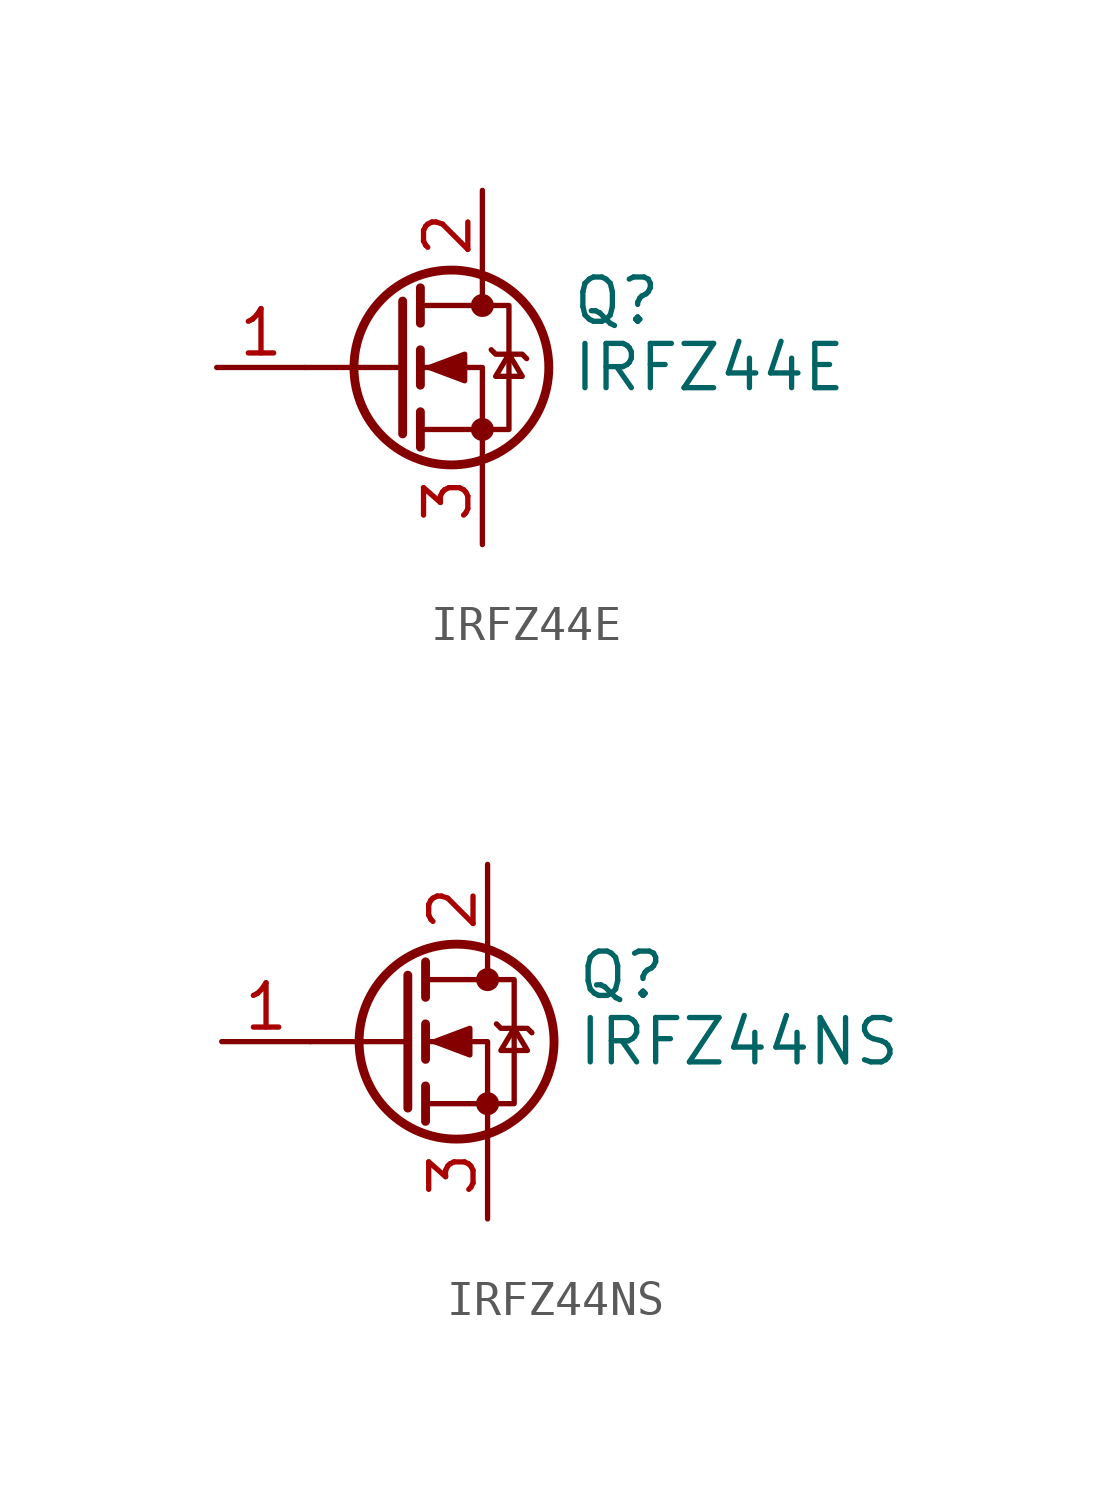
<source format=kicad_sym>
(kicad_symbol_lib
  (version 20231120)
  (generator "kicad_symbol_editor")
  (generator_version "8.0")
  (symbol "IRFZ44E"
    (pin_names hide)
    (property "Reference" "Q"
      (at 5.08 1.905 0)
      (effects (font (size 1.27 1.27)) (justify left)))
    (property "Value" "IRFZ44E"
      (at 5.08 0 0)
      (effects (font (size 1.27 1.27)) (justify left)))
    (symbol "IRFZ44E_0_1"
      (polyline (pts (xy 0.254 0) (xy -2.54 0)) (stroke (width 0) (type default)) (fill (type none)))
      (polyline (pts (xy 0.254 1.905) (xy 0.254 -1.905)) (stroke (width 0.254) (type default)) (fill (type none)))
      (polyline (pts (xy 0.762 -1.27) (xy 0.762 -2.286)) (stroke (width 0.254) (type default)) (fill (type none)))
      (polyline (pts (xy 0.762 0.508) (xy 0.762 -0.508)) (stroke (width 0.254) (type default)) (fill (type none)))
      (polyline (pts (xy 0.762 2.286) (xy 0.762 1.27)) (stroke (width 0.254) (type default)) (fill (type none)))
      (polyline (pts (xy 2.54 2.54) (xy 2.54 1.778)) (stroke (width 0) (type default)) (fill (type none)))
      (polyline (pts (xy 2.54 -2.54) (xy 2.54 0) (xy 0.762 0)) (stroke (width 0) (type default)) (fill (type none)))
      (polyline (pts (xy 0.762 -1.778) (xy 3.302 -1.778) (xy 3.302 1.778) (xy 0.762 1.778)) (stroke (width 0) (type default)) (fill (type none)))
      (polyline (pts (xy 1.016 0) (xy 2.032 0.381) (xy 2.032 -0.381) (xy 1.016 0)) (stroke (width 0) (type default)) (fill (type outline)))
      (polyline (pts (xy 2.794 0.508) (xy 2.921 0.381) (xy 3.683 0.381) (xy 3.81 0.254)) (stroke (width 0) (type default)) (fill (type none)))
      (polyline (pts (xy 3.302 0.381) (xy 2.921 -0.254) (xy 3.683 -0.254) (xy 3.302 0.381)) (stroke (width 0) (type default)) (fill (type none)))
      (circle (center 1.651 0) (radius 2.794) (stroke (width 0.254) (type default)) (fill (type none)))
      (circle (center 2.54 -1.778) (radius 0.254) (stroke (width 0) (type default)) (fill (type outline)))
      (circle (center 2.54 1.778) (radius 0.254) (stroke (width 0) (type default)) (fill (type outline))))
    (symbol "IRFZ44E_1_1"
      (pin input line (at -5.08 0 0) (length 2.54) (name "G" (effects (font (size 1.27 1.27)))) (number "1" (effects (font (size 1.27 1.27)))))
      (pin passive line (at 2.54 5.08 270) (length 2.54) (name "D" (effects (font (size 1.27 1.27)))) (number "2" (effects (font (size 1.27 1.27)))))
      (pin passive line (at 2.54 -5.08 90) (length 2.54) (name "S" (effects (font (size 1.27 1.27)))) (number "3" (effects (font (size 1.27 1.27)))))))
  (symbol "IRFZ44NS"
    (pin_names
      (offset 0) hide)
    (property "Reference" "Q"
      (at 5.08 1.905 0)
      (effects (font (size 1.27 1.27)) (justify left)))
    (property "Value" "IRFZ44NS"
      (at 5.08 0 0)
      (effects (font (size 1.27 1.27)) (justify left)))
    (symbol "IRFZ44NS_0_1"
      (polyline (pts (xy 0.254 0) (xy -2.54 0)) (stroke (width 0) (type default)) (fill (type none)))
      (polyline (pts (xy 0.254 1.905) (xy 0.254 -1.905)) (stroke (width 0.254) (type default)) (fill (type none)))
      (polyline (pts (xy 0.762 -1.27) (xy 0.762 -2.286)) (stroke (width 0.254) (type default)) (fill (type none)))
      (polyline (pts (xy 0.762 0.508) (xy 0.762 -0.508)) (stroke (width 0.254) (type default)) (fill (type none)))
      (polyline (pts (xy 0.762 2.286) (xy 0.762 1.27)) (stroke (width 0.254) (type default)) (fill (type none)))
      (polyline (pts (xy 2.54 2.54) (xy 2.54 1.778)) (stroke (width 0) (type default)) (fill (type none)))
      (polyline (pts (xy 2.54 -2.54) (xy 2.54 0) (xy 0.762 0)) (stroke (width 0) (type default)) (fill (type none)))
      (polyline (pts (xy 0.762 -1.778) (xy 3.302 -1.778) (xy 3.302 1.778) (xy 0.762 1.778)) (stroke (width 0) (type default)) (fill (type none)))
      (polyline (pts (xy 1.016 0) (xy 2.032 0.381) (xy 2.032 -0.381) (xy 1.016 0)) (stroke (width 0) (type default)) (fill (type outline)))
      (polyline (pts (xy 2.794 0.508) (xy 2.921 0.381) (xy 3.683 0.381) (xy 3.81 0.254)) (stroke (width 0) (type default)) (fill (type none)))
      (polyline (pts (xy 3.302 0.381) (xy 2.921 -0.254) (xy 3.683 -0.254) (xy 3.302 0.381)) (stroke (width 0) (type default)) (fill (type none)))
      (circle (center 1.651 0) (radius 2.794) (stroke (width 0.254) (type default)) (fill (type none)))
      (circle (center 2.54 -1.778) (radius 0.254) (stroke (width 0) (type default)) (fill (type outline)))
      (circle (center 2.54 1.778) (radius 0.254) (stroke (width 0) (type default)) (fill (type outline))))
    (symbol "IRFZ44NS_1_1"
      (pin passive line (at -5.08 0 0) (length 2.54) (name "G" (effects (font (size 1.27 1.27)))) (number "1" (effects (font (size 1.27 1.27)))))
      (pin passive line (at 2.54 5.08 270) (length 2.54) (name "D" (effects (font (size 1.27 1.27)))) (number "2" (effects (font (size 1.27 1.27)))))
      (pin passive line (at 2.54 -5.08 90) (length 2.54) (name "S" (effects (font (size 1.27 1.27)))) (number "3" (effects (font (size 1.27 1.27))))))))
</source>
